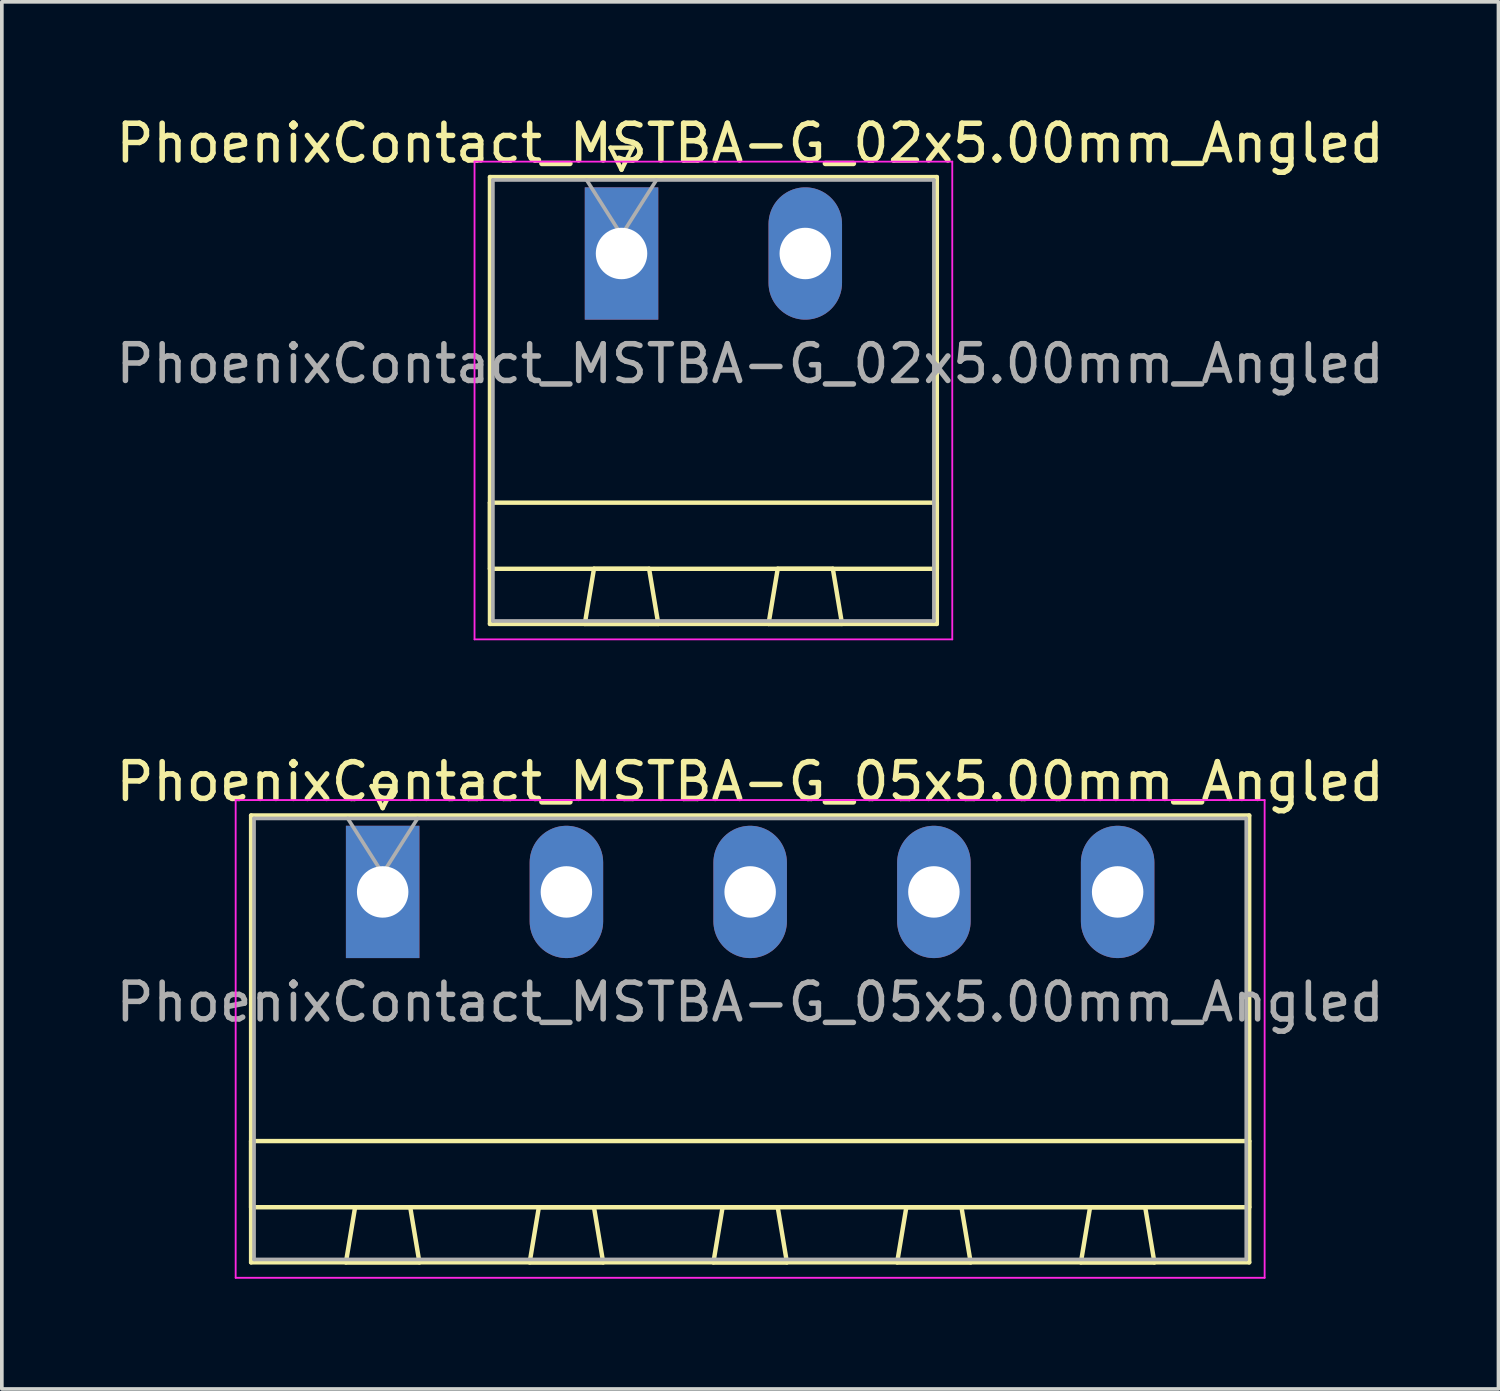
<source format=kicad_pcb>
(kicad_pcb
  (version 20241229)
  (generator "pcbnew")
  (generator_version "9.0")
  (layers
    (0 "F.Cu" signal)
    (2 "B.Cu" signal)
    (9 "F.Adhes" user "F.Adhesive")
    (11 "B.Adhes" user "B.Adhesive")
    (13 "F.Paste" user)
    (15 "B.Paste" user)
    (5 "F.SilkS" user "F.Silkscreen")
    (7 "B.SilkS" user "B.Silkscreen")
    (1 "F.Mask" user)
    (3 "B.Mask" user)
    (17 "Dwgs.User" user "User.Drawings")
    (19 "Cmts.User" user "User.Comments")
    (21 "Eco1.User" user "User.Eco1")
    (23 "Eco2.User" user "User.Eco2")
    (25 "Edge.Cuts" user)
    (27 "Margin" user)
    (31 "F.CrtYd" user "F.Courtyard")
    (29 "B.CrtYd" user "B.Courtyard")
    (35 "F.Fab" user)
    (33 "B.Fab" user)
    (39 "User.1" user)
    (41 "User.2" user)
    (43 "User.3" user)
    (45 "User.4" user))
  (footprint "PhoenixContact_MSTBA-G_02x5.00mm_Angled"
    (layer "F.Cu")
    (at 13.863 3.848)
    (property "Reference" "PhoenixContact_MSTBA-G_02x5.00mm_Angled" (at 3.5 -3 0) (layer "F.SilkS") (effects (font (size 1 1) (thickness 0.15))))
    (attr through_hole)
    (fp_line (start -3.58 -2.08) (end -3.58 10.08) (stroke (width 0.12) (type solid)) (layer "F.SilkS"))
    (fp_line (start -3.58 6.78) (end 8.58 6.78) (stroke (width 0.12) (type solid)) (layer "F.SilkS"))
    (fp_line (start -3.58 8.58) (end -3.58 6.78) (stroke (width 0.12) (type solid)) (layer "F.SilkS"))
    (fp_line (start -3.58 10.08) (end 8.58 10.08) (stroke (width 0.12) (type solid)) (layer "F.SilkS"))
    (fp_line (start -1 10.08) (end 1 10.08) (stroke (width 0.12) (type solid)) (layer "F.SilkS"))
    (fp_line (start -0.75 8.58) (end -1 10.08) (stroke (width 0.12) (type solid)) (layer "F.SilkS"))
    (fp_line (start -0.3 -2.88) (end 0.3 -2.88) (stroke (width 0.12) (type solid)) (layer "F.SilkS"))
    (fp_line (start 0 -2.28) (end -0.3 -2.88) (stroke (width 0.12) (type solid)) (layer "F.SilkS"))
    (fp_line (start 0.3 -2.88) (end 0 -2.28) (stroke (width 0.12) (type solid)) (layer "F.SilkS"))
    (fp_line (start 0.75 8.58) (end -0.75 8.58) (stroke (width 0.12) (type solid)) (layer "F.SilkS"))
    (fp_line (start 1 10.08) (end 0.75 8.58) (stroke (width 0.12) (type solid)) (layer "F.SilkS"))
    (fp_line (start 4 10.08) (end 6 10.08) (stroke (width 0.12) (type solid)) (layer "F.SilkS"))
    (fp_line (start 4.25 8.58) (end 4 10.08) (stroke (width 0.12) (type solid)) (layer "F.SilkS"))
    (fp_line (start 5.75 8.58) (end 4.25 8.58) (stroke (width 0.12) (type solid)) (layer "F.SilkS"))
    (fp_line (start 6 10.08) (end 5.75 8.58) (stroke (width 0.12) (type solid)) (layer "F.SilkS"))
    (fp_line (start 8.58 -2.08) (end -3.58 -2.08) (stroke (width 0.12) (type solid)) (layer "F.SilkS"))
    (fp_line (start 8.58 6.78) (end 8.58 8.58) (stroke (width 0.12) (type solid)) (layer "F.SilkS"))
    (fp_line (start 8.58 8.58) (end -3.58 8.58) (stroke (width 0.12) (type solid)) (layer "F.SilkS"))
    (fp_line (start 8.58 10.08) (end 8.58 -2.08) (stroke (width 0.12) (type solid)) (layer "F.SilkS"))
    (fp_line (start -4 -2.5) (end -4 10.5) (stroke (width 0.05) (type solid)) (layer "F.CrtYd"))
    (fp_line (start -4 10.5) (end 9 10.5) (stroke (width 0.05) (type solid)) (layer "F.CrtYd"))
    (fp_line (start 9 -2.5) (end -4 -2.5) (stroke (width 0.05) (type solid)) (layer "F.CrtYd"))
    (fp_line (start 9 10.5) (end 9 -2.5) (stroke (width 0.05) (type solid)) (layer "F.CrtYd"))
    (fp_line (start -3.5 -2) (end -3.5 10) (stroke (width 0.1) (type solid)) (layer "F.Fab"))
    (fp_line (start -3.5 10) (end 8.5 10) (stroke (width 0.1) (type solid)) (layer "F.Fab"))
    (fp_line (start 0 -0.5) (end -0.95 -2) (stroke (width 0.1) (type solid)) (layer "F.Fab"))
    (fp_line (start 0.95 -2) (end 0 -0.5) (stroke (width 0.1) (type solid)) (layer "F.Fab"))
    (fp_line (start 8.5 -2) (end -3.5 -2) (stroke (width 0.1) (type solid)) (layer "F.Fab"))
    (fp_line (start 8.5 10) (end 8.5 -2) (stroke (width 0.1) (type solid)) (layer "F.Fab"))
    (fp_text user "${REFERENCE}" (at 3.5 3 0) (layer "F.Fab") (effects (font (size 1 1) (thickness 0.15))))
    (pad "1" thru_hole rect (at 0 0) (size 2 3.6) (drill 1.4) (layers "*.Cu" "*.Mask"))
    (pad "2" thru_hole oval (at 5 0) (size 2 3.6) (drill 1.4) (layers "*.Cu" "*.Mask")))
  (footprint "PhoenixContact_MSTBA-G_05x5.00mm_Angled"
    (layer "F.Cu")
    (at 7.363 21.221)
    (property "Reference" "PhoenixContact_MSTBA-G_05x5.00mm_Angled" (at 10 -3 0) (layer "F.SilkS") (effects (font (size 1 1) (thickness 0.15))))
    (attr through_hole)
    (fp_line (start -3.58 -2.08) (end -3.58 10.08) (stroke (width 0.12) (type solid)) (layer "F.SilkS"))
    (fp_line (start -3.58 6.78) (end 23.58 6.78) (stroke (width 0.12) (type solid)) (layer "F.SilkS"))
    (fp_line (start -3.58 8.58) (end -3.58 6.78) (stroke (width 0.12) (type solid)) (layer "F.SilkS"))
    (fp_line (start -3.58 10.08) (end 23.58 10.08) (stroke (width 0.12) (type solid)) (layer "F.SilkS"))
    (fp_line (start -1 10.08) (end 1 10.08) (stroke (width 0.12) (type solid)) (layer "F.SilkS"))
    (fp_line (start -0.75 8.58) (end -1 10.08) (stroke (width 0.12) (type solid)) (layer "F.SilkS"))
    (fp_line (start -0.3 -2.88) (end 0.3 -2.88) (stroke (width 0.12) (type solid)) (layer "F.SilkS"))
    (fp_line (start 0 -2.28) (end -0.3 -2.88) (stroke (width 0.12) (type solid)) (layer "F.SilkS"))
    (fp_line (start 0.3 -2.88) (end 0 -2.28) (stroke (width 0.12) (type solid)) (layer "F.SilkS"))
    (fp_line (start 0.75 8.58) (end -0.75 8.58) (stroke (width 0.12) (type solid)) (layer "F.SilkS"))
    (fp_line (start 1 10.08) (end 0.75 8.58) (stroke (width 0.12) (type solid)) (layer "F.SilkS"))
    (fp_line (start 4 10.08) (end 6 10.08) (stroke (width 0.12) (type solid)) (layer "F.SilkS"))
    (fp_line (start 4.25 8.58) (end 4 10.08) (stroke (width 0.12) (type solid)) (layer "F.SilkS"))
    (fp_line (start 5.75 8.58) (end 4.25 8.58) (stroke (width 0.12) (type solid)) (layer "F.SilkS"))
    (fp_line (start 6 10.08) (end 5.75 8.58) (stroke (width 0.12) (type solid)) (layer "F.SilkS"))
    (fp_line (start 9 10.08) (end 11 10.08) (stroke (width 0.12) (type solid)) (layer "F.SilkS"))
    (fp_line (start 9.25 8.58) (end 9 10.08) (stroke (width 0.12) (type solid)) (layer "F.SilkS"))
    (fp_line (start 10.75 8.58) (end 9.25 8.58) (stroke (width 0.12) (type solid)) (layer "F.SilkS"))
    (fp_line (start 11 10.08) (end 10.75 8.58) (stroke (width 0.12) (type solid)) (layer "F.SilkS"))
    (fp_line (start 14 10.08) (end 16 10.08) (stroke (width 0.12) (type solid)) (layer "F.SilkS"))
    (fp_line (start 14.25 8.58) (end 14 10.08) (stroke (width 0.12) (type solid)) (layer "F.SilkS"))
    (fp_line (start 15.75 8.58) (end 14.25 8.58) (stroke (width 0.12) (type solid)) (layer "F.SilkS"))
    (fp_line (start 16 10.08) (end 15.75 8.58) (stroke (width 0.12) (type solid)) (layer "F.SilkS"))
    (fp_line (start 19 10.08) (end 21 10.08) (stroke (width 0.12) (type solid)) (layer "F.SilkS"))
    (fp_line (start 19.25 8.58) (end 19 10.08) (stroke (width 0.12) (type solid)) (layer "F.SilkS"))
    (fp_line (start 20.75 8.58) (end 19.25 8.58) (stroke (width 0.12) (type solid)) (layer "F.SilkS"))
    (fp_line (start 21 10.08) (end 20.75 8.58) (stroke (width 0.12) (type solid)) (layer "F.SilkS"))
    (fp_line (start 23.58 -2.08) (end -3.58 -2.08) (stroke (width 0.12) (type solid)) (layer "F.SilkS"))
    (fp_line (start 23.58 6.78) (end 23.58 8.58) (stroke (width 0.12) (type solid)) (layer "F.SilkS"))
    (fp_line (start 23.58 8.58) (end -3.58 8.58) (stroke (width 0.12) (type solid)) (layer "F.SilkS"))
    (fp_line (start 23.58 10.08) (end 23.58 -2.08) (stroke (width 0.12) (type solid)) (layer "F.SilkS"))
    (fp_line (start -4 -2.5) (end -4 10.5) (stroke (width 0.05) (type solid)) (layer "F.CrtYd"))
    (fp_line (start -4 10.5) (end 24 10.5) (stroke (width 0.05) (type solid)) (layer "F.CrtYd"))
    (fp_line (start 24 -2.5) (end -4 -2.5) (stroke (width 0.05) (type solid)) (layer "F.CrtYd"))
    (fp_line (start 24 10.5) (end 24 -2.5) (stroke (width 0.05) (type solid)) (layer "F.CrtYd"))
    (fp_line (start -3.5 -2) (end -3.5 10) (stroke (width 0.1) (type solid)) (layer "F.Fab"))
    (fp_line (start -3.5 10) (end 23.5 10) (stroke (width 0.1) (type solid)) (layer "F.Fab"))
    (fp_line (start 0 -0.5) (end -0.95 -2) (stroke (width 0.1) (type solid)) (layer "F.Fab"))
    (fp_line (start 0.95 -2) (end 0 -0.5) (stroke (width 0.1) (type solid)) (layer "F.Fab"))
    (fp_line (start 23.5 -2) (end -3.5 -2) (stroke (width 0.1) (type solid)) (layer "F.Fab"))
    (fp_line (start 23.5 10) (end 23.5 -2) (stroke (width 0.1) (type solid)) (layer "F.Fab"))
    (fp_text user "${REFERENCE}" (at 10 3 0) (layer "F.Fab") (effects (font (size 1 1) (thickness 0.15))))
    (pad "1" thru_hole rect (at 0 0) (size 2 3.6) (drill 1.4) (layers "*.Cu" "*.Mask"))
    (pad "2" thru_hole oval (at 5 0) (size 2 3.6) (drill 1.4) (layers "*.Cu" "*.Mask"))
    (pad "3" thru_hole oval (at 10 0) (size 2 3.6) (drill 1.4) (layers "*.Cu" "*.Mask"))
    (pad "4" thru_hole oval (at 15 0) (size 2 3.6) (drill 1.4) (layers "*.Cu" "*.Mask"))
    (pad "5" thru_hole oval (at 20 0) (size 2 3.6) (drill 1.4) (layers "*.Cu" "*.Mask")))
  (gr_rect
    (start -3 -3)
    (end 37.726 34.746)
    (stroke (width 0.1) (type default))
    (fill no)
    (layer "Edge.Cuts")))
</source>
